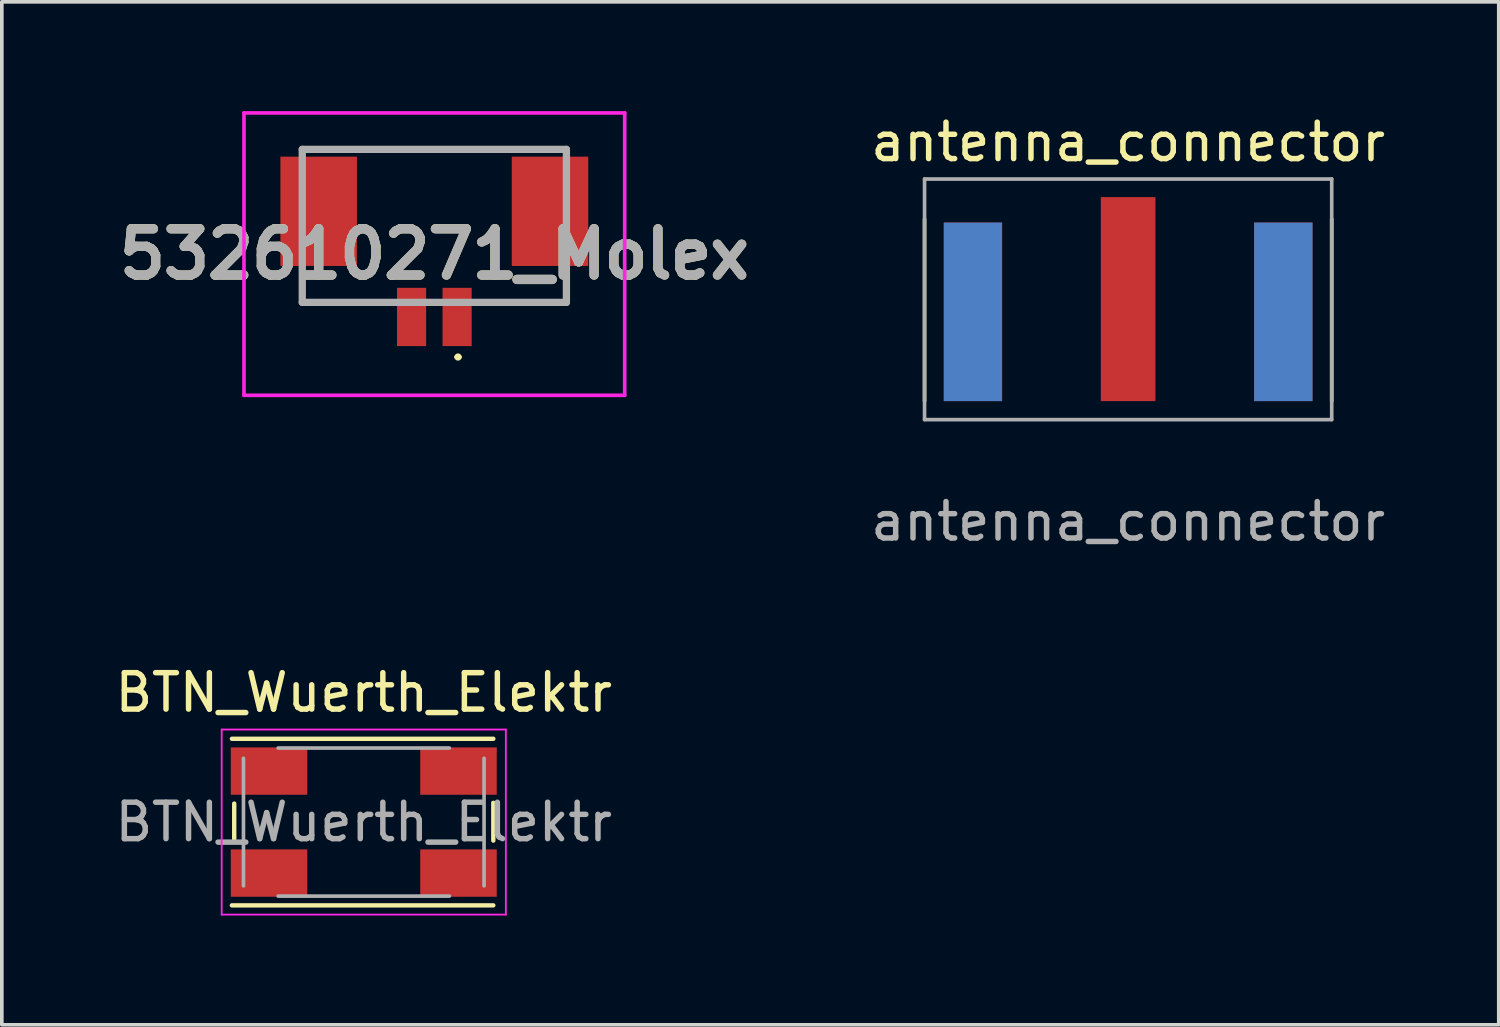
<source format=kicad_pcb>
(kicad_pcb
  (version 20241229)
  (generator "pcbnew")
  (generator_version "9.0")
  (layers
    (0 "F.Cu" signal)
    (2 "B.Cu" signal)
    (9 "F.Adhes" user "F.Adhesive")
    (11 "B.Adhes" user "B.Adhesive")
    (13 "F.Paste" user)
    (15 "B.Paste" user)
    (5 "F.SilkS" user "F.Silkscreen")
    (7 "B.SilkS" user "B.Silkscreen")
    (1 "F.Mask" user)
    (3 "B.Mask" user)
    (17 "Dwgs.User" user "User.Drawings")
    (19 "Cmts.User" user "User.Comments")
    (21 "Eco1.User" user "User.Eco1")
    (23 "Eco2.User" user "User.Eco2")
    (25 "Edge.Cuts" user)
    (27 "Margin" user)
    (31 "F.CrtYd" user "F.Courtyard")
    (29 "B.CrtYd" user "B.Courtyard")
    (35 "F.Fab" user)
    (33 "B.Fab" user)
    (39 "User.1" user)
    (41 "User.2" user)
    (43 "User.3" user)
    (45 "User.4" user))
  (footprint "532610271_Molex"
    (layer "F.Cu")
    (at 8.872 3.35)
    (property "Reference" "532610271_Molex" (at 0 0.575 0) (layer "F.SilkS") (effects (font (size 1.27 1.27) (thickness 0.254))))
    (attr smd)
    (fp_line (start -3.625 1.9) (end -3.625 1.2) (stroke (width 0.1) (type solid)) (layer "F.SilkS"))
    (fp_line (start -1.4 1.9) (end -3.625 1.9) (stroke (width 0.1) (type solid)) (layer "F.SilkS"))
    (fp_line (start 0.6 3.4) (end 0.6 3.4) (stroke (width 0.1) (type solid)) (layer "F.SilkS"))
    (fp_line (start 0.7 3.4) (end 0.7 3.4) (stroke (width 0.1) (type solid)) (layer "F.SilkS"))
    (fp_line (start 1.8 -2.3) (end -1.8 -2.3) (stroke (width 0.1) (type solid)) (layer "F.SilkS"))
    (fp_line (start 3.625 1.2) (end 3.625 1.9) (stroke (width 0.1) (type solid)) (layer "F.SilkS"))
    (fp_line (start 3.625 1.9) (end 1.4 1.9) (stroke (width 0.1) (type solid)) (layer "F.SilkS"))
    (fp_arc (start 0.6 3.4) (mid 0.65 3.35) (end 0.7 3.4) (stroke (width 0.1) (type solid)) (layer "F.SilkS"))
    (fp_arc (start 0.7 3.4) (mid 0.65 3.45) (end 0.6 3.4) (stroke (width 0.1) (type solid)) (layer "F.SilkS"))
    (fp_line (start -5.225 -3.3) (end -5.225 4.45) (stroke (width 0.1) (type solid)) (layer "F.CrtYd"))
    (fp_line (start -5.225 4.45) (end 5.225 4.45) (stroke (width 0.1) (type solid)) (layer "F.CrtYd"))
    (fp_line (start 5.225 -3.3) (end -5.225 -3.3) (stroke (width 0.1) (type solid)) (layer "F.CrtYd"))
    (fp_line (start 5.225 4.45) (end 5.225 -3.3) (stroke (width 0.1) (type solid)) (layer "F.CrtYd"))
    (fp_line (start -3.625 -2.3) (end -3.625 1.9) (stroke (width 0.2) (type solid)) (layer "F.Fab"))
    (fp_line (start -3.625 1.9) (end 3.625 1.9) (stroke (width 0.2) (type solid)) (layer "F.Fab"))
    (fp_line (start 3.625 -2.3) (end -3.625 -2.3) (stroke (width 0.2) (type solid)) (layer "F.Fab"))
    (fp_line (start 3.625 1.9) (end 3.625 -2.3) (stroke (width 0.2) (type solid)) (layer "F.Fab"))
    (fp_text user "${REFERENCE}" (at 0 0.575 0) (layer "F.Fab") (effects (font (size 1.27 1.27) (thickness 0.254))))
    (pad "1" smd rect (at 0.625 2.3) (size 0.8 1.6) (layers "F.Cu" "F.Mask" "F.Paste"))
    (pad "2" smd rect (at -0.625 2.3) (size 0.8 1.6) (layers "F.Cu" "F.Mask" "F.Paste"))
    (pad "MP1" smd rect (at 3.175 -0.6) (size 2.1 3) (layers "F.Cu" "F.Mask" "F.Paste"))
    (pad "MP2" smd rect (at -3.175 -0.6) (size 2.1 3) (layers "F.Cu" "F.Mask" "F.Paste")))
  (footprint "antenna_connector"
    (layer "F.Cu")
    (at 27.916 7.96)
    (property "Reference" "antenna_connector" (at 0 -7.112 0) (unlocked yes) (layer "F.SilkS") (effects (font (size 1 1) (thickness 0.15))))
    (attr smd)
    (fp_line (start -5.588 0) (end -5.588 -5) (stroke (width 0.1) (type solid)) (layer "F.SilkS"))
    (fp_line (start 5.588 -5) (end 5.588 0) (stroke (width 0.1) (type solid)) (layer "F.SilkS"))
    (fp_line (start -5.588 -6.096) (end 5.588 -6.096) (stroke (width 0.1) (type solid)) (layer "F.Fab"))
    (fp_line (start -5.588 0.508) (end -5.588 -6.096) (stroke (width 0.1) (type solid)) (layer "F.Fab"))
    (fp_line (start 5.588 -6.096) (end 5.588 0.508) (stroke (width 0.1) (type solid)) (layer "F.Fab"))
    (fp_line (start 5.588 0.508) (end -5.588 0.508) (stroke (width 0.1) (type solid)) (layer "F.Fab"))
    (fp_text user "${REFERENCE}" (at 0 3.302 0) (unlocked yes) (layer "F.Fab") (effects (font (size 1 1) (thickness 0.15))))
    (pad "1" smd rect (at 0 -2.8 90) (size 5.6 1.5) (layers "F.Cu" "F.Mask" "F.Paste"))
    (pad "2" smd rect (at -4.26 -2.45 90) (size 4.9 1.6) (layers "F.Cu" "F.Mask" "F.Paste"))
    (pad "2" smd rect (at -4.26 -2.45 90) (size 4.9 1.6) (layers "*.Paste" "*.Mask" "B.Cu"))
    (pad "2" smd rect (at 4.26 -2.45 90) (size 4.9 1.6) (layers "F.Cu" "F.Mask" "F.Paste"))
    (pad "2" smd rect (at 4.26 -2.45 90) (size 4.9 1.6) (layers "*.Paste" "*.Mask" "B.Cu")))
  (footprint "BTN_Wuerth_Elektr"
    (layer "F.Cu")
    (at 6.935 19.515)
    (property "Reference" "BTN_Wuerth_Elektr" (at 0 -3.556 0) (layer "F.SilkS") (effects (font (size 1 1) (thickness 0.15))))
    (attr smd)
    (fp_line (start -3.556 0.508) (end -3.556 -0.508) (stroke (width 0.12) (type solid)) (layer "F.SilkS"))
    (fp_line (start 3.556 -2.286) (end -3.62 -2.286) (stroke (width 0.12) (type solid)) (layer "F.SilkS"))
    (fp_line (start 3.556 0.508) (end 3.556 -0.529) (stroke (width 0.12) (type solid)) (layer "F.SilkS"))
    (fp_line (start 3.556 2.286) (end -3.62 2.286) (stroke (width 0.12) (type solid)) (layer "F.SilkS"))
    (fp_line (start -3.9 2.54) (end -3.9 -2.54) (stroke (width 0.05) (type solid)) (layer "F.CrtYd"))
    (fp_line (start 3.9 -2.54) (end -3.9 -2.54) (stroke (width 0.05) (type solid)) (layer "F.CrtYd"))
    (fp_line (start 3.9 2.54) (end -3.9 2.54) (stroke (width 0.05) (type solid)) (layer "F.CrtYd"))
    (fp_line (start 3.9 2.54) (end 3.9 -2.54) (stroke (width 0.05) (type solid)) (layer "F.CrtYd"))
    (fp_line (start -3.302 1.75) (end -3.302 -1.75) (stroke (width 0.1) (type solid)) (layer "F.Fab"))
    (fp_line (start 2.35 -2.032) (end -2.35 -2.032) (stroke (width 0.1) (type solid)) (layer "F.Fab"))
    (fp_line (start 2.35 2.032) (end -2.35 2.032) (stroke (width 0.1) (type solid)) (layer "F.Fab"))
    (fp_line (start 3.302 1.75) (end 3.302 -1.75) (stroke (width 0.1) (type solid)) (layer "F.Fab"))
    (fp_text user "${REFERENCE}" (at 0 0 0) (layer "F.Fab") (effects (font (size 1 1) (thickness 0.15))))
    (pad "1" smd rect (at -2.6 -1.4 180) (size 2.1 1.3) (layers "F.Cu" "F.Mask" "F.Paste"))
    (pad "2" smd rect (at 2.6 -1.4 180) (size 2.1 1.3) (layers "F.Cu" "F.Mask" "F.Paste"))
    (pad "3" smd rect (at -2.6 1.4 180) (size 2.1 1.3) (layers "F.Cu" "F.Mask" "F.Paste"))
    (pad "4" smd rect (at 2.6 1.4 180) (size 2.1 1.3) (layers "F.Cu" "F.Mask" "F.Paste")))
  (gr_rect
    (start -3 -3)
    (end 38.089 25.08)
    (stroke (width 0.1) (type default))
    (fill no)
    (layer "Edge.Cuts")))
</source>
